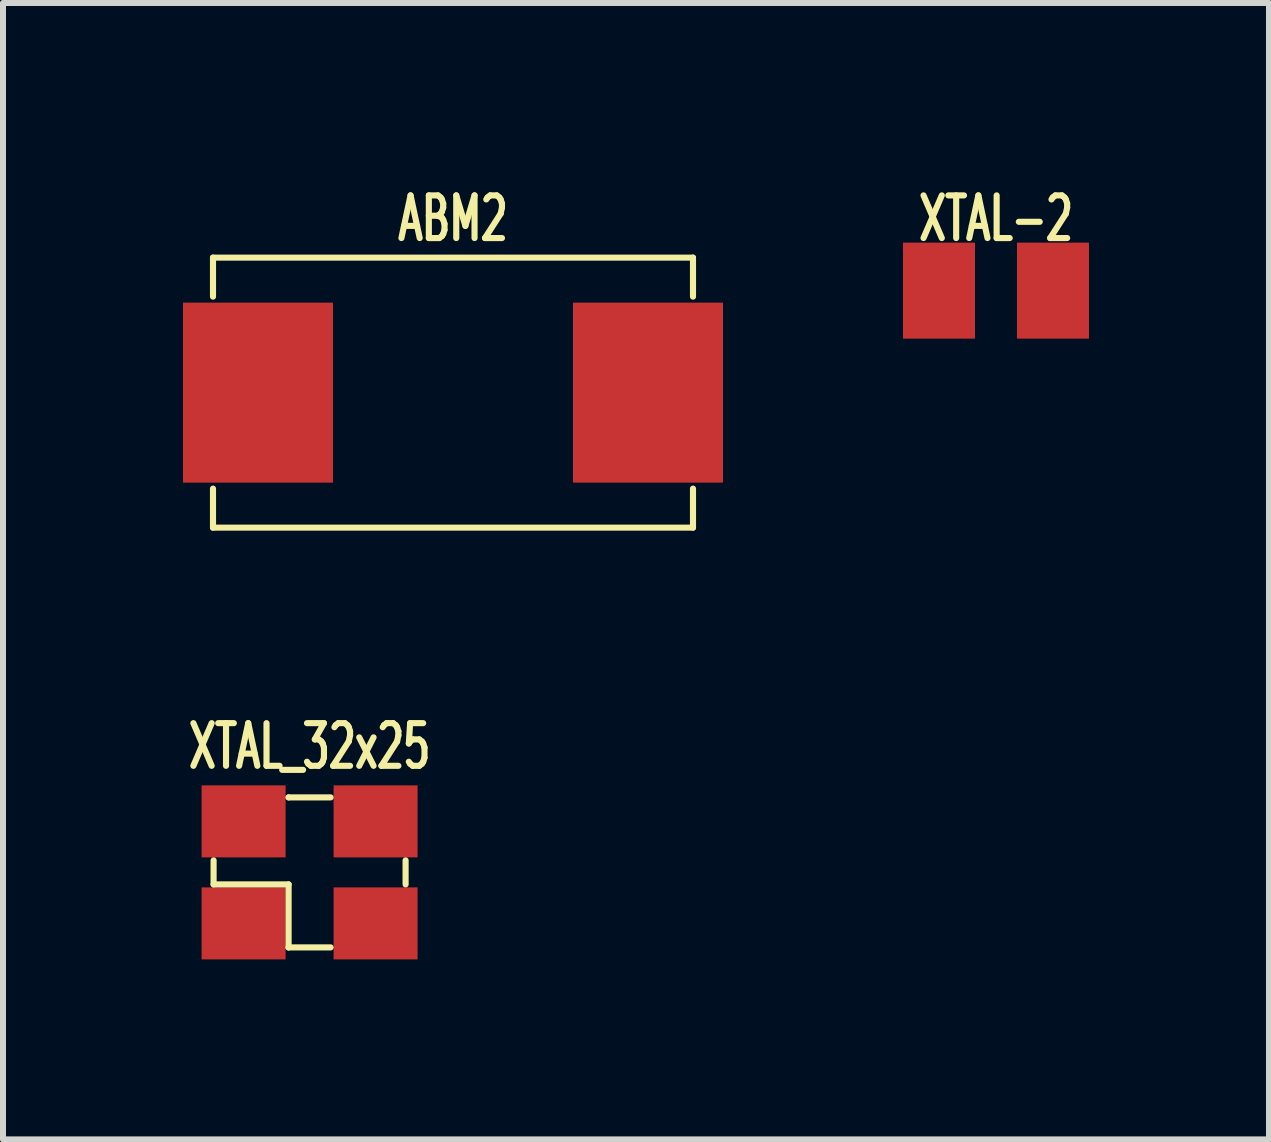
<source format=kicad_pcb>
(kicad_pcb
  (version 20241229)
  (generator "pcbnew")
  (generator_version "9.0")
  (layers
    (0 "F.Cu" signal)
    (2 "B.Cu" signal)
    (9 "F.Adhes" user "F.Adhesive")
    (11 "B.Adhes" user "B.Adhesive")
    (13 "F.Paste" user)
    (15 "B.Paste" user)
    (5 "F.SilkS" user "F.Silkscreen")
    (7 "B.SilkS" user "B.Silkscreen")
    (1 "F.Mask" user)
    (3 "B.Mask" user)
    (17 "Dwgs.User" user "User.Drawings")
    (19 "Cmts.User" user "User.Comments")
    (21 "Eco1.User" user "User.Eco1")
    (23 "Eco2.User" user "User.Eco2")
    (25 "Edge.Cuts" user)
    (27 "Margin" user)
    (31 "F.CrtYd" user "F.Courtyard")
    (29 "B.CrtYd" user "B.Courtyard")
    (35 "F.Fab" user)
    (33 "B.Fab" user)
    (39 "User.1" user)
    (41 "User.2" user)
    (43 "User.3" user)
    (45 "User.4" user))
  (footprint "ABM2"
    (layer "F.Cu")
    (at 4.5 3.494)
    (property "Reference" "ABM2" (at 0 -2.9 0) (layer "F.SilkS") (effects (font (size 0.711 0.457) (thickness 0.102))))
    (attr through_hole)
    (fp_line (start -4 -2.25) (end 4 -2.25) (stroke (width 0.102) (type solid)) (layer "F.SilkS"))
    (fp_line (start -4 -1.6) (end -4 -2.25) (stroke (width 0.102) (type solid)) (layer "F.SilkS"))
    (fp_line (start -4 2.25) (end -4 1.6) (stroke (width 0.102) (type solid)) (layer "F.SilkS"))
    (fp_line (start 4 -2.25) (end 4 -1.6) (stroke (width 0.102) (type solid)) (layer "F.SilkS"))
    (fp_line (start 4 1.6) (end 4 2.25) (stroke (width 0.102) (type solid)) (layer "F.SilkS"))
    (fp_line (start 4 2.25) (end -4 2.25) (stroke (width 0.102) (type solid)) (layer "F.SilkS"))
    (pad "1" smd rect (at -3.25 0) (size 2.5 3) (layers "F.Cu" "F.Mask" "F.Paste"))
    (pad "2" smd rect (at 3.25 0) (size 2.5 3) (layers "F.Cu" "F.Mask" "F.Paste")))
  (footprint "XTAL-2"
    (layer "F.Cu")
    (at 13.55 1.794)
    (property "Reference" "XTAL-2" (at 0 -1.2 0) (layer "F.SilkS") (effects (font (size 0.711 0.457) (thickness 0.102))))
    (attr through_hole)
    (pad "1" smd rect (at -0.95 0) (size 1.2 1.6) (layers "F.Cu" "F.Mask" "F.Paste"))
    (pad "2" smd rect (at 0.95 0) (size 1.2 1.6) (layers "F.Cu" "F.Mask" "F.Paste")))
  (footprint "XTAL_32x25"
    (layer "F.Cu")
    (at 2.11 11.49)
    (property "Reference" "XTAL_32x25" (at 0 -2.1 0) (layer "F.SilkS") (effects (font (size 0.711 0.457) (thickness 0.102))))
    (attr through_hole)
    (fp_line (start -1.6 -0.2) (end -1.6 0.2) (stroke (width 0.102) (type solid)) (layer "F.SilkS"))
    (fp_line (start -1.6 0.2) (end -0.35 0.2) (stroke (width 0.102) (type solid)) (layer "F.SilkS"))
    (fp_line (start -0.35 -1.25) (end -0.35 -1.25) (stroke (width 0.102) (type solid)) (layer "F.SilkS"))
    (fp_line (start -0.35 -1.25) (end 0.35 -1.25) (stroke (width 0.102) (type solid)) (layer "F.SilkS"))
    (fp_line (start -0.35 0.2) (end -0.35 1.25) (stroke (width 0.102) (type solid)) (layer "F.SilkS"))
    (fp_line (start -0.35 1.25) (end -0.35 1.25) (stroke (width 0.102) (type solid)) (layer "F.SilkS"))
    (fp_line (start -0.35 1.25) (end 0.35 1.25) (stroke (width 0.102) (type solid)) (layer "F.SilkS"))
    (fp_line (start 1.6 -0.2) (end 1.6 0.2) (stroke (width 0.102) (type solid)) (layer "F.SilkS"))
    (pad "1" smd rect (at -1.1 0.85) (size 1.4 1.2) (layers "F.Cu" "F.Mask" "F.Paste"))
    (pad "2" smd rect (at 1.1 0.85) (size 1.4 1.2) (layers "F.Cu" "F.Mask" "F.Paste"))
    (pad "3" smd rect (at 1.1 -0.85) (size 1.4 1.2) (layers "F.Cu" "F.Mask" "F.Paste"))
    (pad "4" smd rect (at -1.1 -0.85) (size 1.4 1.2) (layers "F.Cu" "F.Mask" "F.Paste")))
  (gr_rect
    (start -3 -3)
    (end 18.1 15.94)
    (stroke (width 0.1) (type default))
    (fill no)
    (layer "Edge.Cuts")))
</source>
